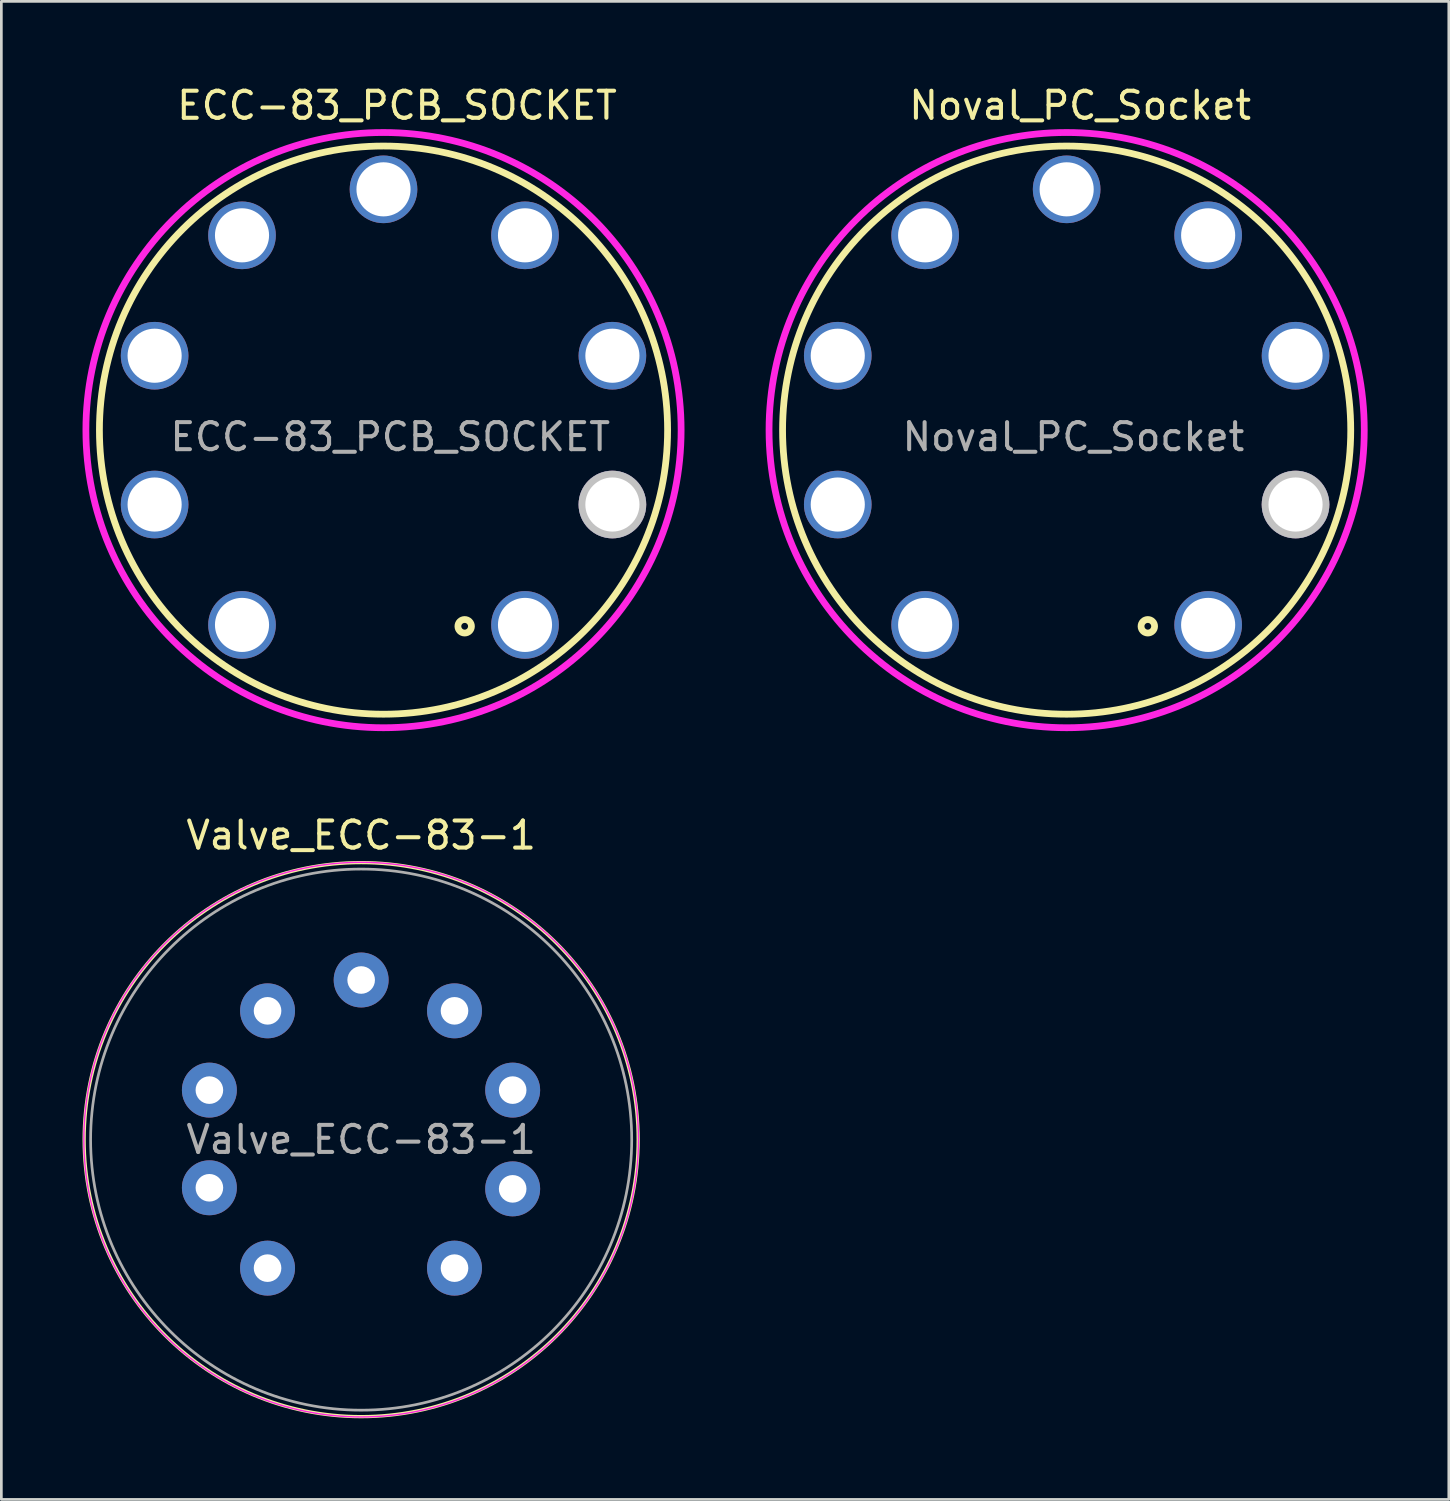
<source format=kicad_pcb>
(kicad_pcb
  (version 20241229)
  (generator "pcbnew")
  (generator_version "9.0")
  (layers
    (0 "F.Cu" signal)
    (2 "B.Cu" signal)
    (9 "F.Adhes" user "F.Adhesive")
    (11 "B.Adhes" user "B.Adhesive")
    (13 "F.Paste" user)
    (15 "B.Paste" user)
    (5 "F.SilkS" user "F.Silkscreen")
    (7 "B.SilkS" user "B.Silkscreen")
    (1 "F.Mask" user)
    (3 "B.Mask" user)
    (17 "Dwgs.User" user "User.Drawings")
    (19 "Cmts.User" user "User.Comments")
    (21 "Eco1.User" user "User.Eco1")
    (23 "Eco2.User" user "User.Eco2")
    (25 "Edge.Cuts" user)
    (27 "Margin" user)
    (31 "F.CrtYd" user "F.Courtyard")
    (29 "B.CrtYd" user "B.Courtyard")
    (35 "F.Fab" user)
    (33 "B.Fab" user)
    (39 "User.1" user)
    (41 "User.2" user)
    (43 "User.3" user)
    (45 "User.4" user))
  (footprint "Noval_PC_Socket"
    (layer "F.Cu")
    (at 36.375 12.848)
    (property "Reference" "Noval_PC_Socket" (at 0.5 -12 0) (layer "F.SilkS") (effects (font (size 1 1) (thickness 0.15))))
    (attr through_hole)
    (fp_circle (center 0 0) (end 10.5 0) (stroke (width 0.25) (type solid)) (fill no) (layer "F.SilkS"))
    (fp_circle (center 3 7.25) (end 3.25 7.25) (stroke (width 0.25) (type solid)) (fill no) (layer "F.SilkS"))
    (fp_circle (center 0 0) (end 11 0) (stroke (width 0.25) (type solid)) (fill no) (layer "F.CrtYd"))
    (fp_text user "${REFERENCE}" (at 0.25 0.25 0) (layer "F.Fab") (effects (font (size 1 1) (thickness 0.15))))
    (pad "1" thru_hole circle (at 5.23 7.2) (size 2.5 2.5) (drill 2) (layers "*.Cu" "*.Mask"))
    (pad "2" thru_hole circle (at 8.46 2.75) (size 2.5 2.5) (drill 2) (layers "*.Cu" "*.Mask" "Dwgs.User"))
    (pad "3" thru_hole circle (at 8.46 -2.75) (size 2.5 2.5) (drill 2) (layers "*.Cu" "*.Mask"))
    (pad "4" thru_hole circle (at 5.23 -7.2) (size 2.5 2.5) (drill 2) (layers "*.Cu" "*.Mask"))
    (pad "5" thru_hole circle (at 0 -8.9) (size 2.5 2.5) (drill 2) (layers "*.Cu" "*.Mask"))
    (pad "6" thru_hole circle (at -5.23 -7.2) (size 2.5 2.5) (drill 2) (layers "*.Cu" "*.Mask"))
    (pad "7" thru_hole circle (at -8.46 -2.75) (size 2.5 2.5) (drill 2) (layers "*.Cu" "*.Mask"))
    (pad "8" thru_hole circle (at -8.46 2.75) (size 2.5 2.5) (drill 2) (layers "*.Cu" "*.Mask"))
    (pad "9" thru_hole circle (at -5.23 7.2) (size 2.5 2.5) (drill 2) (layers "*.Cu" "*.Mask")))
  (footprint "ECC-83_PCB_SOCKET"
    (layer "F.Cu")
    (at 11.125 12.848)
    (property "Reference" "ECC-83_PCB_SOCKET" (at 0.5 -12 0) (layer "F.SilkS") (effects (font (size 1 1) (thickness 0.15))))
    (attr through_hole)
    (fp_circle (center 0 0) (end 10.5 0) (stroke (width 0.25) (type solid)) (fill no) (layer "F.SilkS"))
    (fp_circle (center 3 7.25) (end 3.25 7.25) (stroke (width 0.25) (type solid)) (fill no) (layer "F.SilkS"))
    (fp_circle (center 0 0) (end 11 0) (stroke (width 0.25) (type solid)) (fill no) (layer "F.CrtYd"))
    (fp_text user "${REFERENCE}" (at 0.25 0.25 0) (layer "F.Fab") (effects (font (size 1 1) (thickness 0.15))))
    (pad "1" thru_hole circle (at 5.23 7.2) (size 2.5 2.5) (drill 2) (layers "*.Cu" "*.Mask"))
    (pad "2" thru_hole circle (at 8.46 2.75) (size 2.5 2.5) (drill 2) (layers "*.Cu" "*.Mask" "Dwgs.User"))
    (pad "3" thru_hole circle (at 8.46 -2.75) (size 2.5 2.5) (drill 2) (layers "*.Cu" "*.Mask"))
    (pad "4" thru_hole circle (at 5.23 -7.2) (size 2.5 2.5) (drill 2) (layers "*.Cu" "*.Mask"))
    (pad "5" thru_hole circle (at 0 -8.9) (size 2.5 2.5) (drill 2) (layers "*.Cu" "*.Mask"))
    (pad "6" thru_hole circle (at -5.23 -7.2) (size 2.5 2.5) (drill 2) (layers "*.Cu" "*.Mask"))
    (pad "7" thru_hole circle (at -8.46 -2.75) (size 2.5 2.5) (drill 2) (layers "*.Cu" "*.Mask"))
    (pad "8" thru_hole circle (at -8.46 2.75) (size 2.5 2.5) (drill 2) (layers "*.Cu" "*.Mask"))
    (pad "9" thru_hole circle (at -5.23 7.2) (size 2.5 2.5) (drill 2) (layers "*.Cu" "*.Mask")))
  (footprint "Valve_ECC-83-1"
    (layer "F.Cu")
    (at 13.749 43.822)
    (property "Reference" "Valve_ECC-83-1" (at -3.45 -16 0) (layer "F.SilkS") (effects (font (size 1 1) (thickness 0.15))))
    (attr through_hole)
    (fp_circle (center -3.45 -4.75) (end 6.71 -3.48) (stroke (width 0.12) (type solid)) (fill no) (layer "F.SilkS"))
    (fp_circle (center -3.45 -4.75) (end -3.45 -15) (stroke (width 0.05) (type solid)) (fill no) (layer "F.CrtYd"))
    (fp_circle (center -3.45 -4.75) (end -3.45 -14.75) (stroke (width 0.1) (type solid)) (fill no) (layer "F.Fab"))
    (fp_text user "${REFERENCE}" (at -3.45 -4.75 0) (layer "F.Fab") (effects (font (size 1 1) (thickness 0.15))))
    (pad "1" thru_hole circle (at 0 0) (size 2.03 2.03) (drill 1.02) (layers "*.Cu" "*.Mask"))
    (pad "2" thru_hole circle (at 2.15 -2.93) (size 2.03 2.03) (drill 1.02) (layers "*.Cu" "*.Mask"))
    (pad "3" thru_hole circle (at 2.15 -6.58) (size 2.03 2.03) (drill 1.02) (layers "*.Cu" "*.Mask"))
    (pad "4" thru_hole circle (at 0 -9.51) (size 2.03 2.03) (drill 1.02) (layers "*.Cu" "*.Mask"))
    (pad "5" thru_hole circle (at -3.45 -10.65) (size 2.03 2.03) (drill 1.02) (layers "*.Cu" "*.Mask"))
    (pad "6" thru_hole circle (at -6.91 -9.51) (size 2.03 2.03) (drill 1.02) (layers "*.Cu" "*.Mask"))
    (pad "7" thru_hole circle (at -9.06 -6.58) (size 2.03 2.03) (drill 1.02) (layers "*.Cu" "*.Mask"))
    (pad "8" thru_hole circle (at -9.06 -2.97) (size 2.03 2.03) (drill 1.02) (layers "*.Cu" "*.Mask"))
    (pad "9" thru_hole circle (at -6.91 0) (size 2.03 2.03) (drill 1.02) (layers "*.Cu" "*.Mask")))
  (gr_rect
    (start -3 -3)
    (end 50.5 52.371)
    (stroke (width 0.1) (type default))
    (fill no)
    (layer "Edge.Cuts")))
</source>
